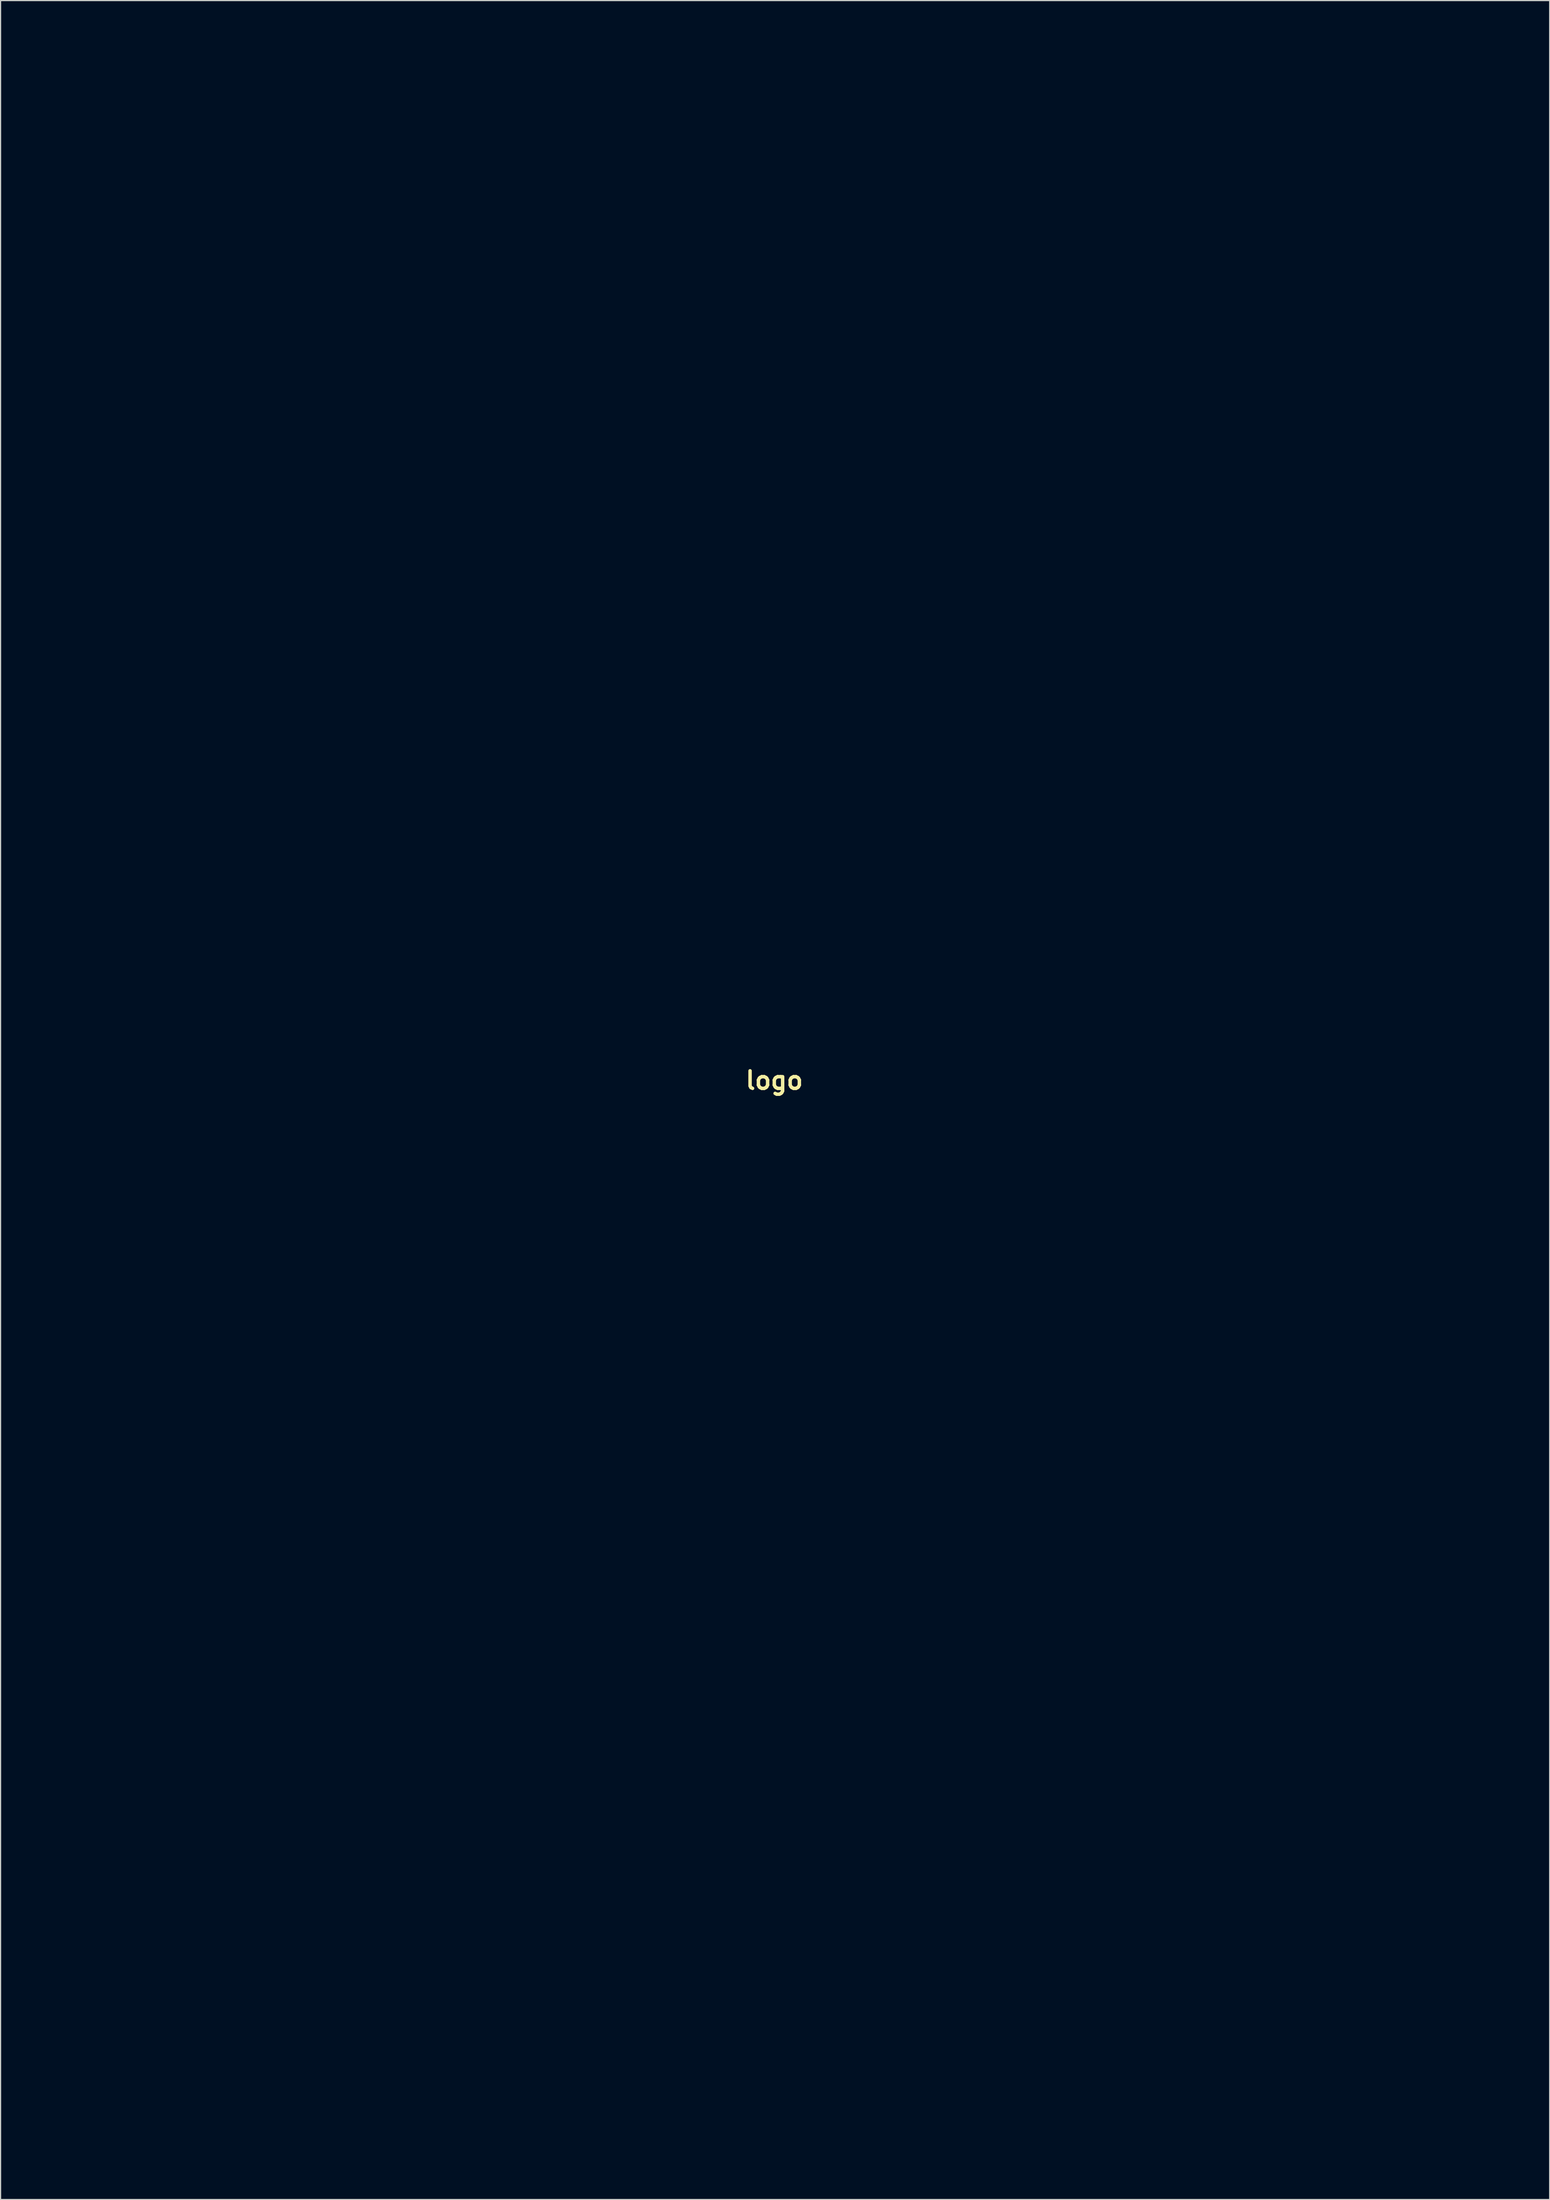
<source format=kicad_pcb>
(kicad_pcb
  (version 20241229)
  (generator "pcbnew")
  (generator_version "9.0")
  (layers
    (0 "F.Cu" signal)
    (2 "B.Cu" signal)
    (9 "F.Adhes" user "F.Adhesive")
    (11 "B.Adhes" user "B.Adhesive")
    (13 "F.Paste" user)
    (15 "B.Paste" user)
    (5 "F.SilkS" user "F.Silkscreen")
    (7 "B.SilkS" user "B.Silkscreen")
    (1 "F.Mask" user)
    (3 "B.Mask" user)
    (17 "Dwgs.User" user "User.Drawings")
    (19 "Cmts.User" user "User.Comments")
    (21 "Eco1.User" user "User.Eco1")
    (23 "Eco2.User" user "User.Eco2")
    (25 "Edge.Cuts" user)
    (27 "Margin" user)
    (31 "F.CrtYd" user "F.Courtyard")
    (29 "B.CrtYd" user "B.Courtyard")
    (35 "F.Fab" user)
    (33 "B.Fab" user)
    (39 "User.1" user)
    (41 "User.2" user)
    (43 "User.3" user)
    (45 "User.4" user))
  (footprint "logo"
    (layer "F.Cu")
    (at 64.211 90.785)
    (property "Reference" "logo" (at 0 0 0) (layer "F.SilkS") (effects (font (size 1.524 1.524) (thickness 0.3))))
    (attr through_hole)
    (fp_poly (pts (xy -61.031 64.382) (xy -61.207 64.558) (xy -61.383 64.382) (xy -61.207 64.206) (xy -61.031 64.382)) (stroke (width 0.01) (type solid)) (fill no) (layer "Eco2.User"))
    (fp_poly (pts (xy -60.678 58.385) (xy -60.854 58.561) (xy -61.031 58.385) (xy -60.854 58.208) (xy -60.678 58.385)) (stroke (width 0.01) (type solid)) (fill no) (layer "Eco2.User"))
    (fp_poly (pts (xy -57.503 -63.324) (xy -57.679 -63.147) (xy -57.856 -63.324) (xy -57.679 -63.5) (xy -57.503 -63.324)) (stroke (width 0.01) (type solid)) (fill no) (layer "Eco2.User"))
    (fp_poly (pts (xy -57.503 57.679) (xy -57.679 57.856) (xy -57.856 57.679) (xy -57.679 57.503) (xy -57.503 57.679)) (stroke (width 0.01) (type solid)) (fill no) (layer "Eco2.User"))
    (fp_poly (pts (xy -57.15 56.268) (xy -57.326 56.444) (xy -57.503 56.268) (xy -57.326 56.092) (xy -57.15 56.268)) (stroke (width 0.01) (type solid)) (fill no) (layer "Eco2.User"))
    (fp_poly (pts (xy -56.797 55.562) (xy -56.974 55.739) (xy -57.15 55.562) (xy -56.974 55.386) (xy -56.797 55.562)) (stroke (width 0.01) (type solid)) (fill no) (layer "Eco2.User"))
    (fp_poly (pts (xy -56.092 51.682) (xy -56.268 51.858) (xy -56.444 51.682) (xy -56.268 51.506) (xy -56.092 51.682)) (stroke (width 0.01) (type solid)) (fill no) (layer "Eco2.User"))
    (fp_poly (pts (xy -55.386 52.74) (xy -55.562 52.917) (xy -55.739 52.74) (xy -55.562 52.564) (xy -55.386 52.74)) (stroke (width 0.01) (type solid)) (fill no) (layer "Eco2.User"))
    (fp_poly (pts (xy -52.564 46.038) (xy -52.74 46.214) (xy -52.917 46.038) (xy -52.74 45.861) (xy -52.564 46.038)) (stroke (width 0.01) (type solid)) (fill no) (layer "Eco2.User"))
    (fp_poly (pts (xy -50.8 42.862) (xy -50.976 43.039) (xy -51.153 42.862) (xy -50.976 42.686) (xy -50.8 42.862)) (stroke (width 0.01) (type solid)) (fill no) (layer "Eco2.User"))
    (fp_poly (pts (xy -50.094 41.804) (xy -50.271 41.981) (xy -50.447 41.804) (xy -50.271 41.628) (xy -50.094 41.804)) (stroke (width 0.01) (type solid)) (fill no) (layer "Eco2.User"))
    (fp_poly (pts (xy -49.036 42.51) (xy -49.212 42.686) (xy -49.389 42.51) (xy -49.212 42.333) (xy -49.036 42.51)) (stroke (width 0.01) (type solid)) (fill no) (layer "Eco2.User"))
    (fp_poly (pts (xy -43.744 74.26) (xy -43.921 74.436) (xy -44.097 74.26) (xy -43.921 74.083) (xy -43.744 74.26)) (stroke (width 0.01) (type solid)) (fill no) (layer "Eco2.User"))
    (fp_poly (pts (xy -43.392 31.221) (xy -43.568 31.397) (xy -43.744 31.221) (xy -43.568 31.044) (xy -43.392 31.221)) (stroke (width 0.01) (type solid)) (fill no) (layer "Eco2.User"))
    (fp_poly (pts (xy -35.983 -83.432) (xy -36.16 -83.256) (xy -36.336 -83.432) (xy -36.16 -83.608) (xy -35.983 -83.432)) (stroke (width 0.01) (type solid)) (fill no) (layer "Eco2.User"))
    (fp_poly (pts (xy -34.925 -80.963) (xy -35.101 -80.786) (xy -35.278 -80.963) (xy -35.101 -81.139) (xy -34.925 -80.963)) (stroke (width 0.01) (type solid)) (fill no) (layer "Eco2.User"))
    (fp_poly (pts (xy -33.867 -80.963) (xy -34.043 -80.786) (xy -34.219 -80.963) (xy -34.043 -81.139) (xy -33.867 -80.963)) (stroke (width 0.01) (type solid)) (fill no) (layer "Eco2.User"))
    (fp_poly (pts (xy -33.867 72.849) (xy -34.043 73.025) (xy -34.219 72.849) (xy -34.043 72.672) (xy -33.867 72.849)) (stroke (width 0.01) (type solid)) (fill no) (layer "Eco2.User"))
    (fp_poly (pts (xy -32.808 71.438) (xy -32.985 71.614) (xy -33.161 71.438) (xy -32.985 71.261) (xy -32.808 71.438)) (stroke (width 0.01) (type solid)) (fill no) (layer "Eco2.User"))
    (fp_poly (pts (xy -22.931 -5.115) (xy -23.107 -4.939) (xy -23.283 -5.115) (xy -23.107 -5.292) (xy -22.931 -5.115)) (stroke (width 0.01) (type solid)) (fill no) (layer "Eco2.User"))
    (fp_poly (pts (xy -21.167 -65.44) (xy -21.343 -65.264) (xy -21.519 -65.44) (xy -21.343 -65.617) (xy -21.167 -65.44)) (stroke (width 0.01) (type solid)) (fill no) (layer "Eco2.User"))
    (fp_poly (pts (xy 25.047 -70.732) (xy 24.871 -70.556) (xy 24.694 -70.732) (xy 24.871 -70.908) (xy 25.047 -70.732)) (stroke (width 0.01) (type solid)) (fill no) (layer "Eco2.User"))
    (fp_poly (pts (xy 27.164 -70.379) (xy 26.988 -70.203) (xy 26.811 -70.379) (xy 26.988 -70.556) (xy 27.164 -70.379)) (stroke (width 0.01) (type solid)) (fill no) (layer "Eco2.User"))
    (fp_poly (pts (xy 27.869 -76.376) (xy 27.693 -76.2) (xy 27.517 -76.376) (xy 27.693 -76.553) (xy 27.869 -76.376)) (stroke (width 0.01) (type solid)) (fill no) (layer "Eco2.User"))
    (fp_poly (pts (xy 28.575 -76.729) (xy 28.399 -76.553) (xy 28.222 -76.729) (xy 28.399 -76.906) (xy 28.575 -76.729)) (stroke (width 0.01) (type solid)) (fill no) (layer "Eco2.User"))
    (fp_poly (pts (xy 30.692 62.265) (xy 30.515 62.442) (xy 30.339 62.265) (xy 30.515 62.089) (xy 30.692 62.265)) (stroke (width 0.01) (type solid)) (fill no) (layer "Eco2.User"))
    (fp_poly (pts (xy 45.156 -55.915) (xy 44.979 -55.739) (xy 44.803 -55.915) (xy 44.979 -56.092) (xy 45.156 -55.915)) (stroke (width 0.01) (type solid)) (fill no) (layer "Eco2.User"))
    (fp_poly (pts (xy 51.858 -65.44) (xy 51.682 -65.264) (xy 51.506 -65.44) (xy 51.682 -65.617) (xy 51.858 -65.44)) (stroke (width 0.01) (type solid)) (fill no) (layer "Eco2.User"))
    (fp_poly (pts (xy 53.269 -84.138) (xy 53.093 -83.961) (xy 52.917 -84.138) (xy 53.093 -84.314) (xy 53.269 -84.138)) (stroke (width 0.01) (type solid)) (fill no) (layer "Eco2.User"))
    (fp_poly (pts (xy -59.031 -66.91) (xy -58.989 -66.492) (xy -59.031 -66.44) (xy -59.241 -66.488) (xy -59.267 -66.675) (xy -59.138 -66.965) (xy -59.031 -66.91)) (stroke (width 0.01) (type solid)) (fill no) (layer "Eco2.User"))
    (fp_poly (pts (xy -50.212 -55.621) (xy -50.26 -55.412) (xy -50.447 -55.386) (xy -50.738 -55.515) (xy -50.682 -55.621) (xy -50.264 -55.664) (xy -50.212 -55.621)) (stroke (width 0.01) (type solid)) (fill no) (layer "Eco2.User"))
    (fp_poly (pts (xy -42.804 30.104) (xy -42.761 30.522) (xy -42.804 30.574) (xy -43.013 30.526) (xy -43.039 30.339) (xy -42.91 30.049) (xy -42.804 30.104)) (stroke (width 0.01) (type solid)) (fill no) (layer "Eco2.User"))
    (fp_poly (pts (xy -37.865 -84.549) (xy -37.913 -84.339) (xy -38.1 -84.314) (xy -38.39 -84.443) (xy -38.335 -84.549) (xy -37.917 -84.591) (xy -37.865 -84.549)) (stroke (width 0.01) (type solid)) (fill no) (layer "Eco2.User"))
    (fp_poly (pts (xy 11.524 -54.563) (xy 11.476 -54.353) (xy 11.289 -54.328) (xy 10.999 -54.457) (xy 11.054 -54.563) (xy 11.472 -54.605) (xy 11.524 -54.563)) (stroke (width 0.01) (type solid)) (fill no) (layer "Eco2.User"))
    (fp_poly (pts (xy 28.832 -77.471) (xy 28.727 -77.311) (xy 28.369 -77.286) (xy 27.993 -77.372) (xy 28.156 -77.499) (xy 28.707 -77.541) (xy 28.832 -77.471)) (stroke (width 0.01) (type solid)) (fill no) (layer "Eco2.User"))
    (fp_poly (pts (xy -60.129 58.797) (xy -60.19 59.072) (xy -60.475 59.569) (xy -60.659 59.485) (xy -60.678 59.287) (xy -60.422 58.809) (xy -60.329 58.74) (xy -60.129 58.797)) (stroke (width 0.01) (type solid)) (fill no) (layer "Eco2.User"))
    (fp_poly (pts (xy -58.365 55.622) (xy -58.427 55.897) (xy -58.711 56.394) (xy -58.895 56.31) (xy -58.914 56.112) (xy -58.658 55.634) (xy -58.565 55.565) (xy -58.365 55.622)) (stroke (width 0.01) (type solid)) (fill no) (layer "Eco2.User"))
    (fp_poly (pts (xy -54.791 51.381) (xy -54.857 51.506) (xy -55.189 51.842) (xy -55.251 51.858) (xy -55.275 51.63) (xy -55.21 51.506) (xy -54.877 51.169) (xy -54.815 51.153) (xy -54.791 51.381)) (stroke (width 0.01) (type solid)) (fill no) (layer "Eco2.User"))
    (fp_poly (pts (xy -53.622 49.263) (xy -53.824 49.78) (xy -54.171 50.292) (xy -54.536 50.725) (xy -54.536 50.607) (xy -54.299 50.094) (xy -53.878 49.271) (xy -53.67 49.041) (xy -53.622 49.263)) (stroke (width 0.01) (type solid)) (fill no) (layer "Eco2.User"))
    (fp_poly (pts (xy -42.566 32.013) (xy -42.558 32.025) (xy -42.609 32.505) (xy -42.866 32.812) (xy -43.287 33.037) (xy -43.386 32.94) (xy -43.219 32.361) (xy -42.876 31.975) (xy -42.566 32.013)) (stroke (width 0.01) (type solid)) (fill no) (layer "Eco2.User"))
    (fp_poly (pts (xy 37.989 -81.264) (xy 37.924 -81.139) (xy 37.591 -80.802) (xy 37.529 -80.786) (xy 37.505 -81.014) (xy 37.571 -81.139) (xy 37.903 -81.476) (xy 37.965 -81.492) (xy 37.989 -81.264)) (stroke (width 0.01) (type solid)) (fill no) (layer "Eco2.User"))
    (fp_poly (pts (xy -47.092 36.689) (xy -47.606 37.344) (xy -47.882 37.712) (xy -47.886 37.718) (xy -47.974 37.604) (xy -47.978 37.508) (xy -47.733 37.043) (xy -47.184 36.479) (xy -46.39 35.807) (xy -47.092 36.689)) (stroke (width 0.01) (type solid)) (fill no) (layer "Eco2.User"))
    (fp_poly (pts (xy -39.17 -86.604) (xy -38.949 -86.226) (xy -39.207 -85.871) (xy -39.457 -85.824) (xy -39.385 -85.997) (xy -39.462 -86.381) (xy -39.771 -86.539) (xy -40.188 -86.674) (xy -39.926 -86.733) (xy -39.797 -86.742) (xy -39.17 -86.604)) (stroke (width 0.01) (type solid)) (fill no) (layer "Eco2.User"))
    (fp_poly (pts (xy -21.269 -7.937) (xy -21.428 -7.729) (xy -21.687 -7.174) (xy -21.634 -6.935) (xy -21.571 -6.71) (xy -21.616 -6.703) (xy -21.979 -6.95) (xy -22.024 -7.016) (xy -21.939 -7.448) (xy -21.604 -7.809) (xy -21.19 -8.11) (xy -21.269 -7.937)) (stroke (width 0.01) (type solid)) (fill no) (layer "Eco2.User"))
    (fp_poly (pts (xy 31.633 -78.013) (xy 31.682 -77.283) (xy 31.682 -77.283) (xy 31.557 -76.602) (xy 31.365 -76.396) (xy 31.361 -76.399) (xy 31.066 -76.255) (xy 30.764 -75.741) (xy 30.625 -75.171) (xy 30.636 -75.053) (xy 30.402 -74.822) (xy 30.142 -74.789) (xy 29.758 -74.644) (xy 29.773 -74.495) (xy 29.673 -74.232) (xy 29.481 -74.201) (xy 29.113 -74.478) (xy 29.089 -74.759) (xy 29.398 -75.249) (xy 29.628 -75.318) (xy 29.985 -75.615) (xy 30.177 -76.304) (xy 30.174 -77.088) (xy 29.944 -77.665) (xy 29.882 -77.719) (xy 29.784 -77.902) (xy 30.251 -77.851) (xy 30.861 -77.833) (xy 31.044 -77.997) (xy 31.315 -78.307) (xy 31.403 -78.317) (xy 31.633 -78.013)) (stroke (width 0.01) (type solid)) (fill no) (layer "Eco2.User"))
    (fp_poly (pts (xy -52.343 39.614) (xy -52.44 39.964) (xy -52.834 40.752) (xy -53.442 41.82) (xy -53.562 42.019) (xy -54.452 43.571) (xy -55.396 45.35) (xy -56.082 46.743) (xy -56.675 47.999) (xy -57.482 49.684) (xy -58.403 51.594) (xy -59.342 53.525) (xy -59.511 53.872) (xy -60.609 56.231) (xy -61.313 58.017) (xy -61.627 59.242) (xy -61.554 59.917) (xy -61.097 60.054) (xy -61.084 60.052) (xy -60.8 60.163) (xy -60.852 60.322) (xy -61.261 60.543) (xy -61.386 60.5) (xy -61.782 60.602) (xy -62.056 60.935) (xy -62.333 61.331) (xy -62.422 61.088) (xy -62.431 60.783) (xy -62.317 59.501) (xy -61.998 57.989) (xy -61.552 56.54) (xy -61.058 55.446) (xy -60.962 55.298) (xy -60.488 54.518) (xy -59.865 53.341) (xy -59.158 51.912) (xy -58.436 50.379) (xy -57.766 48.888) (xy -57.216 47.585) (xy -56.851 46.616) (xy -56.741 46.127) (xy -56.741 46.126) (xy -56.523 45.877) (xy -56.386 45.861) (xy -56.141 45.727) (xy -56.193 45.642) (xy -56.131 45.257) (xy -55.755 44.466) (xy -55.193 43.519) (xy -54.563 42.492) (xy -54.122 41.698) (xy -53.975 41.335) (xy -53.77 40.912) (xy -53.297 40.333) (xy -52.766 39.821) (xy -52.389 39.598) (xy -52.343 39.614)) (stroke (width 0.01) (type solid)) (fill no) (layer "Eco2.User"))
    (fp_poly (pts (xy 10.485 -53.708) (xy 10.861 -53.445) (xy 11.054 -53.504) (xy 11.152 -53.458) (xy 10.83 -53.019) (xy 10.793 -52.977) (xy 10.245 -52.419) (xy 9.941 -52.22) (xy 9.99 -52.418) (xy 10.264 -52.781) (xy 10.539 -53.2) (xy 10.248 -53.253) (xy 10.043 -53.217) (xy 9.455 -52.797) (xy 9.349 -52.349) (xy 9.147 -51.518) (xy 8.667 -50.83) (xy 8.099 -50.539) (xy 8.008 -50.547) (xy 7.64 -50.345) (xy 7.601 -50.17) (xy 7.33 -49.564) (xy 7.215 -49.464) (xy 6.702 -48.962) (xy 6.151 -48.215) (xy 5.706 -47.453) (xy 5.51 -46.904) (xy 5.537 -46.791) (xy 5.492 -46.584) (xy 5.35 -46.567) (xy 4.962 -46.361) (xy 4.939 -46.261) (xy 4.76 -45.883) (xy 4.295 -45.092) (xy 3.653 -44.058) (xy 2.943 -42.952) (xy 2.274 -41.944) (xy 1.755 -41.205) (xy 1.552 -40.952) (xy 1.422 -41.079) (xy 1.411 -41.234) (xy 1.614 -41.99) (xy 2.105 -42.956) (xy 2.707 -43.809) (xy 2.971 -44.075) (xy 3.35 -44.554) (xy 3.36 -44.789) (xy 3.455 -45.205) (xy 3.872 -45.77) (xy 4.308 -46.34) (xy 4.386 -46.649) (xy 4.497 -46.968) (xy 4.937 -47.447) (xy 5.466 -48.064) (xy 5.644 -48.495) (xy 5.867 -49.016) (xy 6.405 -49.72) (xy 6.438 -49.757) (xy 6.959 -50.404) (xy 7.158 -50.829) (xy 7.155 -50.848) (xy 7.326 -51.238) (xy 7.616 -51.531) (xy 8 -51.758) (xy 8.046 -51.653) (xy 8.197 -51.342) (xy 8.29 -51.329) (xy 8.571 -51.617) (xy 8.602 -51.93) (xy 8.771 -52.501) (xy 9.224 -53.124) (xy 9.783 -53.629) (xy 10.27 -53.847) (xy 10.485 -53.708)) (stroke (width 0.01) (type solid)) (fill no) (layer "Eco2.User"))
    (fp_poly (pts (xy -62.131 -90.555) (xy -61.855 -90.44) (xy -60.877 -90.039) (xy -60.109 -89.794) (xy -59.972 -89.769) (xy -59.389 -89.665) (xy -59.267 -89.623) (xy -58.817 -89.521) (xy -58.208 -89.437) (xy -57.395 -89.344) (xy -56.17 -89.201) (xy -55.033 -89.066) (xy -53.746 -88.92) (xy -52.679 -88.813) (xy -52.123 -88.771) (xy -51.598 -88.613) (xy -51.506 -88.456) (xy -51.236 -88.237) (xy -51.065 -88.246) (xy -50.541 -88.254) (xy -49.49 -88.209) (xy -48.087 -88.12) (xy -47.138 -88.048) (xy -45.352 -87.873) (xy -44.056 -87.648) (xy -43.037 -87.322) (xy -42.079 -86.841) (xy -41.966 -86.775) (xy -41.003 -86.269) (xy -40.29 -86.008) (xy -40.042 -86.017) (xy -39.866 -86.006) (xy -39.876 -85.901) (xy -39.89 -85.077) (xy -39.58 -84.678) (xy -39.49 -84.667) (xy -39.295 -84.889) (xy -39.368 -85.074) (xy -39.41 -85.315) (xy -39.207 -85.226) (xy -38.936 -84.826) (xy -38.972 -84.682) (xy -38.912 -84.26) (xy -38.492 -83.889) (xy -38.031 -83.821) (xy -37.95 -83.876) (xy -37.781 -83.896) (xy -37.806 -83.785) (xy -37.663 -83.363) (xy -37.571 -83.319) (xy -36.962 -82.965) (xy -36.414 -82.425) (xy -36.152 -81.941) (xy -36.171 -81.826) (xy -36.041 -81.447) (xy -35.496 -80.885) (xy -35.392 -80.801) (xy -34.431 -80.271) (xy -33.408 -80.28) (xy -33.368 -80.289) (xy -32.664 -80.411) (xy -32.531 -80.284) (xy -32.77 -79.95) (xy -33.02 -79.458) (xy -32.648 -79.299) (xy -32.442 -79.308) (xy -32.14 -79.058) (xy -31.646 -78.419) (xy -31.56 -78.293) (xy -30.964 -77.598) (xy -30.421 -77.264) (xy -30.368 -77.259) (xy -30.037 -77.149) (xy -30.075 -77.052) (xy -30.05 -76.669) (xy -29.675 -76.152) (xy -29.186 -75.759) (xy -28.856 -75.715) (xy -28.607 -75.687) (xy -28.608 -75.609) (xy -28.616 -74.877) (xy -28.38 -74.568) (xy -28.222 -74.612) (xy -27.898 -74.568) (xy -27.869 -74.427) (xy -27.683 -73.967) (xy -27.185 -73.097) (xy -26.465 -71.951) (xy -25.612 -70.659) (xy -24.716 -69.355) (xy -23.868 -68.168) (xy -23.158 -67.233) (xy -22.674 -66.679) (xy -22.526 -66.587) (xy -22.265 -66.463) (xy -22.267 -66.41) (xy -22.207 -65.631) (xy -21.681 -64.819) (xy -21.506 -64.625) (xy -21.072 -64.089) (xy -21.011 -63.853) (xy -21.019 -63.853) (xy -20.948 -63.609) (xy -20.521 -62.98) (xy -20.033 -62.353) (xy -19.352 -61.462) (xy -18.411 -60.158) (xy -17.338 -58.622) (xy -16.312 -57.111) (xy -15.177 -55.501) (xy -13.982 -53.95) (xy -12.876 -52.643) (xy -12.069 -51.82) (xy -10.941 -50.67) (xy -9.879 -49.349) (xy -9.328 -48.507) (xy -8.515 -47.108) (xy -7.541 -45.489) (xy -6.472 -43.753) (xy -5.375 -42.005) (xy -4.315 -40.347) (xy -3.36 -38.883) (xy -2.574 -37.716) (xy -2.024 -36.951) (xy -1.78 -36.689) (xy -1.291 -36.97) (xy -0.806 -37.611) (xy -0.572 -38.229) (xy -0.324 -38.847) (xy 0.163 -39.612) (xy 0.704 -40.27) (xy 1.116 -40.569) (xy 1.131 -40.569) (xy 1.259 -40.296) (xy 1.195 -39.952) (xy 1.249 -39.792) (xy 1.62 -40.135) (xy 1.804 -40.359) (xy 2.597 -41.262) (xy 3.575 -42.24) (xy 3.832 -42.476) (xy 4.712 -43.296) (xy 5.444 -44.038) (xy 5.616 -44.231) (xy 6.114 -44.818) (xy 6.91 -45.75) (xy 7.842 -46.838) (xy 7.951 -46.965) (xy 9.008 -48.304) (xy 10.027 -49.773) (xy 10.744 -50.977) (xy 11.319 -51.991) (xy 11.8 -52.693) (xy 12.053 -52.917) (xy 12.235 -53.23) (xy 12.339 -54.016) (xy 12.347 -54.365) (xy 12.474 -55.496) (xy 12.936 -56.252) (xy 13.202 -56.486) (xy 13.914 -57.336) (xy 14.288 -58.213) (xy 14.55 -58.952) (xy 14.86 -59.267) (xy 14.866 -59.267) (xy 15.05 -59.049) (xy 14.993 -58.914) (xy 14.94 -58.594) (xy 15.259 -58.616) (xy 15.729 -58.934) (xy 15.875 -59.09) (xy 16.131 -59.673) (xy 15.901 -60.117) (xy 15.688 -60.642) (xy 15.858 -60.844) (xy 16.198 -60.881) (xy 16.229 -60.787) (xy 16.386 -60.872) (xy 16.777 -61.425) (xy 16.969 -61.736) (xy 17.631 -62.733) (xy 18.296 -63.578) (xy 18.388 -63.676) (xy 19.234 -64.707) (xy 20.126 -66.022) (xy 20.876 -67.328) (xy 21.24 -68.146) (xy 21.761 -69.049) (xy 22.437 -69.3) (xy 22.963 -69.079) (xy 23.22 -68.847) (xy 22.864 -68.919) (xy 22.803 -68.939) (xy 22.33 -68.981) (xy 22.347 -68.629) (xy 22.252 -68.047) (xy 21.949 -67.769) (xy 21.572 -67.388) (xy 21.611 -67.171) (xy 21.607 -66.748) (xy 21.289 -66.263) (xy 20.911 -65.763) (xy 21.062 -65.65) (xy 21.778 -65.912) (xy 21.986 -66.005) (xy 22.557 -66.486) (xy 23.261 -67.378) (xy 23.988 -68.494) (xy 24.628 -69.65) (xy 25.07 -70.659) (xy 25.204 -71.335) (xy 25.187 -71.407) (xy 25.325 -71.857) (xy 25.733 -72.064) (xy 26.358 -72.382) (xy 26.356 -72.73) (xy 25.734 -72.929) (xy 25.047 -72.721) (xy 24.784 -72.387) (xy 24.303 -71.346) (xy 23.737 -70.44) (xy 23.211 -69.842) (xy 22.858 -69.718) (xy 22.72 -70.05) (xy 22.829 -70.159) (xy 23.157 -70.583) (xy 23.641 -71.427) (xy 23.956 -72.053) (xy 24.479 -73.048) (xy 24.941 -73.761) (xy 25.132 -73.959) (xy 25.344 -73.967) (xy 25.28 -73.822) (xy 25.344 -73.403) (xy 25.578 -73.249) (xy 25.995 -73.319) (xy 26.108 -73.738) (xy 25.852 -74.192) (xy 25.781 -74.242) (xy 25.716 -74.641) (xy 25.93 -75.359) (xy 26.313 -76.128) (xy 26.75 -76.682) (xy 26.833 -76.743) (xy 27.118 -76.723) (xy 27.145 -76.299) (xy 26.947 -75.71) (xy 26.635 -75.268) (xy 26.231 -74.722) (xy 26.113 -74.293) (xy 26.319 -74.191) (xy 26.454 -74.257) (xy 26.657 -74.201) (xy 26.599 -73.942) (xy 26.512 -73.214) (xy 26.839 -72.949) (xy 27.409 -73.26) (xy 27.501 -73.36) (xy 28.027 -73.894) (xy 28.321 -74.083) (xy 28.412 -73.799) (xy 28.348 -73.175) (xy 28.207 -72.672) (xy 28.173 -72.253) (xy 27.914 -71.967) (xy 27.489 -71.782) (xy 26.788 -71.224) (xy 26.21 -70.123) (xy 25.935 -69.144) (xy 25.558 -67.967) (xy 24.933 -66.701) (xy 24.151 -65.462) (xy 23.302 -64.362) (xy 22.477 -63.517) (xy 21.767 -63.039) (xy 21.261 -63.042) (xy 21.166 -63.149) (xy 20.866 -63.317) (xy 20.491 -62.849) (xy 20.458 -62.789) (xy 20.203 -62.225) (xy 20.357 -62.122) (xy 20.596 -62.201) (xy 21.076 -62.247) (xy 21.167 -62.121) (xy 20.944 -61.679) (xy 20.479 -61.288) (xy 20.075 -61.192) (xy 20.039 -61.218) (xy 19.824 -61.027) (xy 19.472 -60.343) (xy 19.224 -59.741) (xy 18.648 -58.443) (xy 17.965 -57.182) (xy 17.742 -56.832) (xy 17.103 -55.905) (xy 16.784 -55.507) (xy 16.714 -55.579) (xy 16.822 -56.057) (xy 16.839 -56.637) (xy 16.663 -56.797) (xy 16.294 -56.502) (xy 16.083 -55.837) (xy 16.102 -55.132) (xy 16.237 -54.846) (xy 16.317 -54.238) (xy 16.057 -53.77) (xy 15.601 -53.043) (xy 15.679 -52.705) (xy 16.228 -52.661) (xy 16.802 -52.845) (xy 16.933 -53.048) (xy 17.134 -53.481) (xy 17.67 -54.328) (xy 18.438 -55.449) (xy 19.338 -56.703) (xy 20.266 -57.951) (xy 21.122 -59.051) (xy 21.804 -59.864) (xy 22.08 -60.149) (xy 22.721 -60.908) (xy 23.396 -61.963) (xy 23.6 -62.344) (xy 24.329 -63.585) (xy 25.201 -64.796) (xy 25.403 -65.037) (xy 26.224 -66.146) (xy 26.916 -67.363) (xy 27.024 -67.605) (xy 27.52 -68.635) (xy 28.035 -69.462) (xy 28.136 -69.585) (xy 28.439 -70.054) (xy 28.365 -70.208) (xy 28.289 -70.357) (xy 28.422 -70.473) (xy 28.817 -70.892) (xy 29.439 -71.699) (xy 29.938 -72.408) (xy 30.642 -73.321) (xy 31.271 -73.929) (xy 31.589 -74.083) (xy 32.054 -74.323) (xy 32.853 -74.96) (xy 33.84 -75.877) (xy 34.218 -76.255) (xy 35.345 -77.477) (xy 36.015 -78.393) (xy 36.318 -79.142) (xy 36.361 -79.518) (xy 36.467 -80.548) (xy 36.658 -81.305) (xy 36.865 -81.726) (xy 37.005 -81.542) (xy 37.111 -81.053) (xy 37.163 -80.328) (xy 37.041 -80.005) (xy 36.823 -79.626) (xy 36.593 -78.81) (xy 36.541 -78.546) (xy 36.291 -77.189) (xy 37.813 -77.436) (xy 40.072 -78.059) (xy 41.971 -79.183) (xy 42.788 -79.901) (xy 44.359 -81.083) (xy 46.282 -82.027) (xy 48.245 -82.595) (xy 49.059 -82.691) (xy 50.216 -82.882) (xy 51.037 -83.418) (xy 51.381 -83.805) (xy 52.216 -84.843) (xy 52.125 -83.555) (xy 52.009 -82.761) (xy 51.834 -82.412) (xy 51.788 -82.418) (xy 51.464 -82.276) (xy 51.084 -81.728) (xy 50.796 -81.043) (xy 50.74 -80.527) (xy 50.574 -80.243) (xy 50.338 -80.28) (xy 49.837 -80.12) (xy 49.301 -79.345) (xy 49.281 -79.304) (xy 49.027 -78.511) (xy 49.079 -78.004) (xy 49.364 -77.922) (xy 49.777 -78.362) (xy 50.038 -78.622) (xy 50.089 -78.527) (xy 50.308 -78.473) (xy 50.712 -78.749) (xy 51.76 -79.482) (xy 52.984 -80.082) (xy 54.078 -80.409) (xy 54.357 -80.433) (xy 55.201 -80.621) (xy 56.156 -81.085) (xy 56.988 -81.679) (xy 57.464 -82.254) (xy 57.503 -82.423) (xy 57.67 -82.774) (xy 57.831 -82.741) (xy 58.284 -82.786) (xy 58.383 -82.9) (xy 59.052 -83.505) (xy 60.146 -84.047) (xy 61.438 -84.463) (xy 62.701 -84.687) (xy 63.707 -84.655) (xy 64.068 -84.506) (xy 64.337 -84.229) (xy 64.351 -83.857) (xy 64.06 -83.244) (xy 63.416 -82.242) (xy 63.198 -81.919) (xy 62.488 -80.836) (xy 61.968 -79.973) (xy 61.739 -79.498) (xy 61.736 -79.475) (xy 61.555 -79.048) (xy 61.083 -78.226) (xy 60.501 -77.308) (xy 59.861 -76.301) (xy 59.413 -75.535) (xy 59.263 -75.199) (xy 59.011 -74.85) (xy 58.388 -74.28) (xy 58.205 -74.132) (xy 57.512 -73.42) (xy 57.161 -72.737) (xy 57.15 -72.633) (xy 56.918 -72.083) (xy 56.621 -71.967) (xy 56.152 -71.725) (xy 56.092 -71.516) (xy 55.852 -70.941) (xy 55.474 -70.501) (xy 54.828 -69.84) (xy 54.054 -68.954) (xy 53.296 -68.021) (xy 52.697 -67.217) (xy 52.399 -66.72) (xy 52.388 -66.67) (xy 52.142 -66.281) (xy 51.548 -65.704) (xy 51.506 -65.668) (xy 50.996 -65.174) (xy 50.907 -64.928) (xy 50.936 -64.923) (xy 50.908 -64.731) (xy 50.437 -64.275) (xy 50.315 -64.177) (xy 49.74 -63.597) (xy 49.569 -63.151) (xy 49.584 -63.116) (xy 49.493 -62.737) (xy 49.235 -62.578) (xy 48.753 -62.166) (xy 48.683 -61.926) (xy 48.467 -61.392) (xy 47.932 -60.632) (xy 47.791 -60.465) (xy 47.018 -59.56) (xy 46.546 -58.926) (xy 46.203 -58.308) (xy 45.95 -57.757) (xy 45.471 -56.987) (xy 44.982 -56.573) (xy 44.528 -56.09) (xy 44.45 -55.726) (xy 44.214 -54.919) (xy 43.997 -54.618) (xy 43.515 -54.046) (xy 42.904 -53.232) (xy 42.316 -52.391) (xy 41.903 -51.737) (xy 41.8 -51.506) (xy 41.586 -51.147) (xy 41.075 -50.512) (xy 41.018 -50.447) (xy 40.48 -49.773) (xy 40.222 -49.328) (xy 40.219 -49.311) (xy 39.986 -48.916) (xy 39.427 -48.224) (xy 39.147 -47.909) (xy 38.504 -47.109) (xy 38.135 -46.464) (xy 38.1 -46.312) (xy 37.915 -45.895) (xy 37.803 -45.861) (xy 37.463 -45.58) (xy 36.983 -44.879) (xy 36.841 -44.626) (xy 36.364 -43.845) (xy 35.997 -43.418) (xy 35.932 -43.392) (xy 35.612 -43.12) (xy 35.106 -42.44) (xy 34.924 -42.155) (xy 34.369 -41.439) (xy 33.897 -41.131) (xy 33.782 -41.151) (xy 33.572 -41.161) (xy 33.649 -40.99) (xy 33.604 -40.486) (xy 33.174 -39.877) (xy 32.656 -39.304) (xy 32.456 -38.982) (xy 32.456 -38.478) (xy 32.23 -37.993) (xy 31.881 -37.575) (xy 31.508 -37.053) (xy 30.902 -36.038) (xy 30.143 -34.671) (xy 29.311 -33.091) (xy 29.201 -32.876) (xy 28.377 -31.286) (xy 27.633 -29.895) (xy 27.043 -28.839) (xy 26.683 -28.258) (xy 26.655 -28.222) (xy 26.254 -27.606) (xy 25.72 -26.62) (xy 25.414 -25.999) (xy 24.938 -25.094) (xy 24.563 -24.564) (xy 24.418 -24.501) (xy 24.017 -24.474) (xy 23.4 -24.158) (xy 22.805 -23.856) (xy 22.555 -23.893) (xy 22.432 -23.831) (xy 22.216 -23.377) (xy 21.784 -22.816) (xy 21.402 -22.78) (xy 20.781 -22.711) (xy 20.355 -22.422) (xy 19.791 -21.98) (xy 19.506 -21.872) (xy 19.102 -21.612) (xy 18.687 -21.112) (xy 18.026 -20.301) (xy 17.34 -19.613) (xy 16.506 -18.757) (xy 15.828 -17.92) (xy 15.145 -16.966) (xy 16.172 -15.098) (xy 16.767 -14.047) (xy 17.613 -12.59) (xy 18.595 -10.927) (xy 19.537 -9.352) (xy 20.539 -7.624) (xy 21.493 -5.86) (xy 22.286 -4.276) (xy 22.77 -3.179) (xy 23.327 -1.951) (xy 24.085 -0.56) (xy 24.954 0.867) (xy 25.848 2.198) (xy 26.679 3.304) (xy 27.36 4.055) (xy 27.802 4.32) (xy 27.821 4.318) (xy 28.604 4.436) (xy 29.536 4.94) (xy 30.344 5.648) (xy 30.707 6.213) (xy 30.975 7.294) (xy 31.044 8.055) (xy 31.242 8.942) (xy 31.735 10) (xy 31.936 10.321) (xy 32.36 11.04) (xy 33.01 12.255) (xy 33.815 13.823) (xy 34.704 15.599) (xy 35.606 17.439) (xy 36.449 19.199) (xy 37.163 20.737) (xy 37.678 21.907) (xy 37.788 22.18) (xy 37.908 23.121) (xy 37.728 23.483) (xy 37.669 24.076) (xy 38.035 25.107) (xy 38.782 26.484) (xy 39.867 28.116) (xy 40.072 28.399) (xy 40.627 29.267) (xy 41.319 30.501) (xy 41.958 31.754) (xy 42.624 32.949) (xy 43.607 34.485) (xy 44.771 36.16) (xy 45.931 37.707) (xy 47.264 39.458) (xy 48.2 40.862) (xy 48.808 42.099) (xy 49.16 43.352) (xy 49.325 44.801) (xy 49.374 46.617) (xy 49.339 47.979) (xy 49.194 48.775) (xy 48.913 49.139) (xy 48.854 49.166) (xy 48.333 49.629) (xy 47.981 50.262) (xy 47.612 50.92) (xy 47.281 51.153) (xy 47.006 51.454) (xy 46.919 52.009) (xy 46.689 52.652) (xy 46.135 53.24) (xy 45.465 53.636) (xy 44.886 53.703) (xy 44.653 53.498) (xy 44.59 53.594) (xy 44.596 54.211) (xy 44.658 55.172) (xy 44.761 56.297) (xy 44.891 57.408) (xy 45.03 58.3) (xy 45.257 58.932) (xy 45.537 59.073) (xy 45.804 59.184) (xy 45.863 59.51) (xy 46.024 60.273) (xy 46.387 61.148) (xy 46.86 62.258) (xy 47.354 63.732) (xy 47.76 65.237) (xy 47.844 65.617) (xy 47.953 66.163) (xy 48.167 67.237) (xy 48.453 68.674) (xy 48.721 70.026) (xy 49.047 71.596) (xy 49.345 72.894) (xy 49.58 73.773) (xy 49.704 74.083) (xy 49.92 74.542) (xy 50.006 74.965) (xy 50.121 75.656) (xy 50.339 76.792) (xy 50.613 78.128) (xy 50.615 78.14) (xy 51.083 80.584) (xy 51.388 82.691) (xy 51.524 84.376) (xy 51.484 85.553) (xy 51.263 86.133) (xy 50.962 86.714) (xy 50.806 87.662) (xy 50.8 87.885) (xy 50.75 88.775) (xy 50.509 89.163) (xy 49.941 89.253) (xy 49.88 89.253) (xy 49.23 89.358) (xy 49.148 89.733) (xy 49.175 89.81) (xy 49.275 90.504) (xy 49.242 91.507) (xy 49.107 92.594) (xy 48.905 93.538) (xy 48.666 94.112) (xy 48.547 94.189) (xy 48.127 93.911) (xy 47.59 93.226) (xy 47.477 93.043) (xy 46.784 91.798) (xy 46.088 90.426) (xy 45.472 89.106) (xy 45.018 88.014) (xy 44.808 87.33) (xy 44.803 87.265) (xy 44.645 86.676) (xy 44.242 85.732) (xy 43.921 85.094) (xy 43.422 84.087) (xy 43.102 83.309) (xy 43.039 83.044) (xy 42.885 82.558) (xy 42.478 81.638) (xy 41.901 80.469) (xy 41.809 80.291) (xy 41.227 79.128) (xy 40.812 78.211) (xy 40.643 77.713) (xy 40.645 77.684) (xy 40.582 77.052) (xy 40.234 76.19) (xy 39.714 75.278) (xy 39.137 74.494) (xy 38.619 74.019) (xy 38.297 74.004) (xy 38.211 73.933) (xy 38.318 73.574) (xy 38.396 73.114) (xy 38.248 73.088) (xy 37.774 73.003) (xy 37.235 72.478) (xy 36.827 71.73) (xy 36.745 71.422) (xy 36.41 70.553) (xy 36.171 70.203) (xy 35.801 69.65) (xy 35.227 68.656) (xy 34.558 67.412) (xy 34.389 67.086) (xy 33.715 65.862) (xy 33.098 64.898) (xy 32.646 64.359) (xy 32.562 64.306) (xy 32.22 63.882) (xy 32.248 63.631) (xy 32.15 63.217) (xy 31.857 63.147) (xy 31.472 63.044) (xy 31.5 62.927) (xy 31.4 62.579) (xy 30.901 61.937) (xy 30.494 61.516) (xy 29.841 60.832) (xy 29.523 60.396) (xy 29.539 60.314) (xy 29.511 60.165) (xy 29.185 59.94) (xy 28.755 59.528) (xy 28.74 59.285) (xy 28.662 58.874) (xy 28.263 58.441) (xy 27.869 58.305) (xy 27.462 58.178) (xy 26.988 57.933) (xy 26.578 57.62) (xy 26.635 57.508) (xy 26.632 57.366) (xy 26.138 57.057) (xy 25.447 56.421) (xy 25.16 55.76) (xy 24.963 54.932) (xy 24.643 54.743) (xy 24.079 55.128) (xy 24.051 55.153) (xy 23.293 55.661) (xy 22.714 55.553) (xy 22.2 54.794) (xy 22.062 54.483) (xy 21.557 53.578) (xy 20.738 52.419) (xy 19.795 51.272) (xy 18.688 49.866) (xy 17.595 48.214) (xy 16.905 46.972) (xy 15.844 45.184) (xy 14.397 43.277) (xy 13.394 42.157) (xy 12.159 40.806) (xy 10.935 39.368) (xy 9.932 38.091) (xy 9.684 37.747) (xy 8.338 35.793) (xy 6.882 33.657) (xy 5.372 31.422) (xy 3.863 29.171) (xy 2.409 26.986) (xy 1.067 24.951) (xy -0.11 23.149) (xy -1.067 21.662) (xy -1.748 20.573) (xy -2.099 19.966) (xy -2.127 19.904) (xy -2.567 19.305) (xy -3.132 19.37) (xy -3.759 20.081) (xy -3.919 20.361) (xy -4.21 21.057) (xy -4.083 21.38) (xy -3.969 21.43) (xy -3.567 21.864) (xy -3.528 22.086) (xy -3.688 22.756) (xy -4.104 23.832) (xy -4.678 25.107) (xy -5.312 26.376) (xy -5.91 27.432) (xy -6.348 28.043) (xy -6.934 28.853) (xy -7.499 29.909) (xy -7.573 30.079) (xy -8.002 30.908) (xy -8.399 31.366) (xy -8.492 31.397) (xy -8.708 31.609) (xy -8.663 31.718) (xy -8.825 32.072) (xy -9.419 32.77) (xy -10.343 33.698) (xy -11.074 34.373) (xy -12.393 35.606) (xy -13.242 36.551) (xy -13.724 37.336) (xy -13.919 37.965) (xy -14.217 38.929) (xy -14.806 40.357) (xy -15.614 42.11) (xy -16.568 44.047) (xy -17.596 46.029) (xy -18.626 47.915) (xy -19.585 49.565) (xy -20.401 50.84) (xy -20.912 51.506) (xy -22.154 53.065) (xy -23.511 55.092) (xy -24.868 57.387) (xy -26.114 59.75) (xy -27.133 61.981) (xy -27.663 63.392) (xy -28.129 64.601) (xy -28.647 65.646) (xy -28.903 66.038) (xy -29.424 66.809) (xy -30.079 67.918) (xy -30.5 68.693) (xy -31.133 69.787) (xy -31.702 70.398) (xy -32.394 70.701) (xy -32.692 70.766) (xy -33.568 71.052) (xy -34.09 71.448) (xy -34.117 71.502) (xy -34.538 71.85) (xy -34.789 71.824) (xy -35.303 71.949) (xy -35.654 72.363) (xy -36.017 72.85) (xy -36.225 72.901) (xy -36.562 72.987) (xy -37.094 73.462) (xy -37.643 74.12) (xy -38.025 74.755) (xy -38.1 75.038) (xy -38.266 75.375) (xy -38.414 75.342) (xy -38.795 75.477) (xy -39.39 76.042) (xy -39.666 76.38) (xy -40.294 77.129) (xy -40.77 77.566) (xy -40.877 77.611) (xy -40.982 77.286) (xy -41.034 76.415) (xy -41.025 75.159) (xy -41 74.524) (xy -40.943 73.063) (xy -40.953 72.207) (xy -41.043 71.857) (xy -41.226 71.915) (xy -41.328 72.029) (xy -41.957 72.486) (xy -42.952 72.909) (xy -43.303 73.013) (xy -44.296 73.385) (xy -44.78 73.812) (xy -44.803 73.921) (xy -44.946 74.34) (xy -45.067 74.366) (xy -45.91 74.494) (xy -46.99 75.224) (xy -48.206 76.464) (xy -49.157 77.568) (xy -50.077 78.634) (xy -50.566 79.199) (xy -51.483 80.257) (xy -51.494 76.636) (xy -51.537 74.988) (xy -51.645 73.605) (xy -51.8 72.658) (xy -51.902 72.381) (xy -52.099 71.741) (xy -51.866 70.925) (xy -51.725 70.639) (xy -51.335 69.642) (xy -51.177 68.751) (xy -51.178 68.721) (xy -51.219 68.164) (xy -51.356 68.28) (xy -51.506 68.615) (xy -51.738 69.071) (xy -51.823 68.887) (xy -51.834 68.703) (xy -52.114 68.199) (xy -52.8 68.126) (xy -53.746 68.476) (xy -54.342 68.858) (xy -55.025 69.416) (xy -55.374 69.807) (xy -55.386 69.848) (xy -55.614 70.222) (xy -56.188 70.91) (xy -56.949 71.739) (xy -57.734 72.54) (xy -58.383 73.143) (xy -58.73 73.378) (xy -58.854 73.065) (xy -58.811 72.235) (xy -58.617 71.057) (xy -58.444 70.291) (xy -58.353 69.679) (xy -58.413 69.497) (xy -58.716 69.734) (xy -59.376 70.361) (xy -60.265 71.258) (xy -60.524 71.526) (xy -62.47 73.554) (xy -62.252 71.261) (xy -61.821 68.577) (xy -61.006 66.057) (xy -60.193 64.283) (xy -59.642 63.047) (xy -59.212 61.833) (xy -59.094 61.383) (xy -58.77 60.367) (xy -58.337 59.585) (xy -58.311 59.553) (xy -57.987 58.938) (xy -58.018 58.583) (xy -58.023 58.242) (xy -57.899 58.208) (xy -57.533 57.927) (xy -57.006 57.212) (xy -56.732 56.756) (xy -56.207 55.657) (xy -56.131 55.042) (xy -56.508 54.939) (xy -56.573 54.959) (xy -56.539 54.804) (xy -56.105 54.297) (xy -55.78 53.961) (xy -55.106 53.196) (xy -54.718 52.578) (xy -54.681 52.429) (xy -54.503 51.906) (xy -54.046 51.029) (xy -53.65 50.371) (xy -53.115 49.442) (xy -52.826 48.766) (xy -52.818 48.546) (xy -52.722 48.279) (xy -52.44 48.126) (xy -52.028 47.817) (xy -52.025 47.641) (xy -51.931 47.224) (xy -51.515 46.658) (xy -51.096 46.07) (xy -51.056 45.722) (xy -51.001 45.525) (xy -50.859 45.508) (xy -50.486 45.227) (xy -50.447 45.022) (xy -50.198 44.403) (xy -49.922 44.1) (xy -49.573 43.604) (xy -49.59 43.352) (xy -49.521 43.058) (xy -49.401 43.039) (xy -49.006 42.746) (xy -48.683 42.157) (xy -48.295 41.502) (xy -47.928 41.275) (xy -47.678 41.14) (xy -47.732 41.05) (xy -47.687 40.636) (xy -47.254 39.85) (xy -46.526 38.836) (xy -45.607 37.751) (xy -45.053 37.018) (xy -44.804 36.433) (xy -44.803 36.407) (xy -44.607 36.112) (xy -44.45 36.16) (xy -44.188 36.049) (xy -44.065 35.593) (xy -44.157 35.19) (xy -44.055 34.853) (xy -43.766 34.26) (xy -43.36 33.722) (xy -43.051 33.848) (xy -42.756 33.872) (xy -42.339 33.229) (xy -42.2 32.925) (xy -41.612 31.693) (xy -40.959 30.486) (xy -40.895 30.377) (xy -40.504 29.542) (xy -40.432 28.961) (xy -40.478 28.878) (xy -40.777 28.966) (xy -41.135 29.573) (xy -41.215 29.776) (xy -41.64 30.631) (xy -42.11 31.148) (xy -42.169 31.177) (xy -42.482 31.234) (xy -42.382 30.924) (xy -42.141 30.54) (xy -41.815 29.873) (xy -41.993 29.571) (xy -42.01 29.565) (xy -42.181 29.288) (xy -41.856 28.853) (xy -41.391 28.251) (xy -40.75 27.253) (xy -40.156 26.223) (xy -39.503 25.089) (xy -38.918 24.167) (xy -38.561 23.696) (xy -38.287 23.115) (xy -38.353 22.814) (xy -38.531 22.119) (xy -38.527 22.049) (xy -37.042 22.049) (xy -36.865 22.225) (xy -36.689 22.049) (xy -36.865 21.872) (xy -37.042 22.049) (xy -38.527 22.049) (xy -38.515 21.815) (xy -38.604 21.197) (xy -38.755 21.021) (xy -39.161 21.183) (xy -39.88 21.975) (xy -40.91 23.396) (xy -42.25 25.444) (xy -43.427 27.34) (xy -44.41 28.888) (xy -45.553 30.592) (xy -46.785 32.356) (xy -48.034 34.082) (xy -49.227 35.674) (xy -50.293 37.035) (xy -51.158 38.067) (xy -51.752 38.674) (xy -51.959 38.794) (xy -52.106 38.635) (xy -51.823 38.353) (xy -51.352 37.867) (xy -51.249 37.628) (xy -51.047 37.225) (xy -50.515 36.402) (xy -49.756 35.297) (xy -48.869 34.049) (xy -47.955 32.798) (xy -47.114 31.683) (xy -46.447 30.844) (xy -46.054 30.418) (xy -46.034 30.403) (xy -45.674 29.978) (xy -45.138 29.122) (xy -44.671 28.268) (xy -44.094 27.185) (xy -43.607 26.334) (xy -43.371 25.975) (xy -42.444 24.721) (xy -41.43 23.18) (xy -40.429 21.52) (xy -39.94 20.637) (xy -36.689 20.637) (xy -36.513 20.814) (xy -36.336 20.637) (xy -36.513 20.461) (xy -36.689 20.637) (xy -39.94 20.637) (xy -39.536 19.91) (xy -39.264 19.359) (xy -35.892 19.359) (xy -35.633 19.19) (xy -35.587 19.144) (xy -35.308 18.682) (xy -35.346 18.511) (xy -35.608 18.617) (xy -35.784 18.947) (xy -35.892 19.359) (xy -39.264 19.359) (xy -38.849 18.518) (xy -38.466 17.513) (xy -38.446 17.434) (xy -38.128 16.313) (xy -37.759 15.431) (xy -37.593 15.175) (xy -37.508 15.04) (xy -33.49 15.04) (xy -33.218 15.169) (xy -32.877 14.883) (xy -32.483 14.206) (xy -32.202 13.554) (xy -32.28 13.477) (xy -32.779 13.908) (xy -33.37 14.58) (xy -33.49 15.04) (xy -37.508 15.04) (xy -37.121 14.416) (xy -36.856 13.76) (xy -36.476 12.949) (xy -36.121 12.525) (xy -35.768 12.04) (xy -35.651 11.818) (xy -33.867 11.818) (xy -33.69 11.994) (xy -33.514 11.818) (xy -33.69 11.642) (xy -33.867 11.818) (xy -35.651 11.818) (xy -35.319 11.188) (xy -33.487 11.188) (xy -33.36 11.163) (xy -33.032 10.76) (xy -32.633 10.004) (xy -30.339 10.004) (xy -30.27 10.226) (xy -30.03 9.905) (xy -29.662 9.172) (xy -29.396 8.586) (xy -29.471 8.589) (xy -29.79 8.975) (xy -30.214 9.631) (xy -30.339 10.004) (xy -32.633 10.004) (xy -32.596 9.933) (xy -32.478 9.349) (xy -32.529 8.895) (xy -32.733 9.098) (xy -32.776 9.172) (xy -33.109 9.923) (xy -33.331 10.583) (xy -33.487 11.188) (xy -35.319 11.188) (xy -35.267 11.09) (xy -34.719 9.867) (xy -34.651 9.701) (xy -33.947 8.165) (xy -32.293 8.165) (xy -32.244 8.311) (xy -31.788 8.056) (xy -31.163 7.483) (xy -30.931 7.073) (xy -30.68 6.276) (xy -30.527 5.821) (xy -30.281 5.115) (xy -30.866 5.821) (xy -31.473 6.673) (xy -31.969 7.509) (xy -32.293 8.165) (xy -33.947 8.165) (xy -33.929 8.126) (xy -32.997 6.356) (xy -32.055 4.769) (xy -32.041 4.748) (xy -31.73 4.233) (xy -29.281 4.233) (xy -29.151 4.524) (xy -29.045 4.469) (xy -29.003 4.05) (xy -29.045 3.998) (xy -29.255 4.047) (xy -29.281 4.233) (xy -31.73 4.233) (xy -31.169 3.305) (xy -31.109 3.175) (xy -29.281 3.175) (xy -29.151 3.465) (xy -29.045 3.41) (xy -29.003 2.992) (xy -29.045 2.94) (xy -29.255 2.988) (xy -29.281 3.175) (xy -31.109 3.175) (xy -30.702 2.281) (xy -28.575 2.281) (xy -28.568 2.439) (xy -28.497 2.457) (xy -28.288 2.251) (xy -27.868 1.734) (xy -27.163 0.824) (xy -26.151 -0.496) (xy -25.269 -1.707) (xy -24.611 -2.728) (xy -24.259 -3.424) (xy -24.233 -3.637) (xy -24.23 -3.832) (xy -24.103 -3.775) (xy -23.727 -3.915) (xy -23.123 -4.489) (xy -22.423 -5.327) (xy -21.764 -6.257) (xy -21.279 -7.108) (xy -21.112 -7.585) (xy -20.794 -8.415) (xy -20.549 -8.756) (xy -20.174 -9.369) (xy -20.122 -9.638) (xy -20.329 -9.634) (xy -20.848 -9.183) (xy -21.334 -8.653) (xy -22.029 -7.764) (xy -22.276 -7.191) (xy -22.141 -6.768) (xy -22.115 -6.734) (xy -21.89 -6.369) (xy -22.222 -6.416) (xy -22.302 -6.445) (xy -22.925 -6.455) (xy -23.15 -6.28) (xy -23.176 -6.055) (xy -22.985 -6.14) (xy -22.639 -6.106) (xy -22.578 -5.821) (xy -22.726 -5.427) (xy -22.891 -5.443) (xy -23.331 -5.395) (xy -23.709 -4.976) (xy -23.777 -4.496) (xy -23.721 -4.409) (xy -23.703 -4.275) (xy -23.858 -4.347) (xy -24.168 -4.151) (xy -24.756 -3.497) (xy -25.522 -2.523) (xy -26.368 -1.368) (xy -27.195 -0.17) (xy -27.904 0.931) (xy -28.397 1.797) (xy -28.575 2.281) (xy -30.702 2.281) (xy -30.643 2.15) (xy -30.363 1.026) (xy -30.267 0.192) (xy -30.084 -1.153) (xy -29.762 -2.007) (xy -29.296 -2.528) (xy -28.825 -2.983) (xy -28.793 -3.186) (xy -28.801 -3.187) (xy -28.782 -3.384) (xy -28.326 -3.846) (xy -28.271 -3.892) (xy -27.784 -4.37) (xy -27.724 -4.596) (xy -27.742 -4.598) (xy -27.73 -4.794) (xy -27.279 -5.249) (xy -27.267 -5.26) (xy -26.771 -5.781) (xy -26.684 -6.105) (xy -26.579 -6.41) (xy -26.14 -6.763) (xy -25.569 -7.289) (xy -25.4 -7.687) (xy -25.106 -8.123) (xy -24.389 -8.571) (xy -24.297 -8.612) (xy -23.614 -9) (xy -23.568 -9.303) (xy -23.606 -9.33) (xy -23.668 -9.723) (xy -23.17 -10.497) (xy -22.745 -10.992) (xy -22.174 -11.631) (xy -21.84 -12.134) (xy -21.774 -12.633) (xy -22.01 -13.259) (xy -22.578 -14.144) (xy -23.512 -15.421) (xy -23.981 -16.051) (xy -25.036 -17.484) (xy -26.379 -19.326) (xy -27.908 -21.436) (xy -29.52 -23.67) (xy -31.112 -25.886) (xy -32.582 -27.942) (xy -33.827 -29.696) (xy -34.65 -30.868) (xy -35.663 -32.41) (xy -36.848 -34.353) (xy -38.129 -36.559) (xy -39.43 -38.887) (xy -40.673 -41.196) (xy -41.783 -43.349) (xy -42.684 -45.204) (xy -43.298 -46.622) (xy -43.361 -46.79) (xy -43.933 -48.109) (xy -44.675 -49.251) (xy -45.753 -50.453) (xy -46.418 -51.1) (xy -47.436 -52.121) (xy -48.216 -53.015) (xy -48.64 -53.638) (xy -48.683 -53.782) (xy -48.962 -54.573) (xy -49.648 -55.411) (xy -50.515 -56.032) (xy -50.658 -56.095) (xy -51.288 -56.594) (xy -51.896 -57.452) (xy -51.995 -57.645) (xy -52.467 -58.424) (xy -52.906 -58.811) (xy -53.003 -58.821) (xy -53.377 -59.026) (xy -53.438 -59.267) (xy -53.736 -59.668) (xy -54.071 -59.692) (xy -54.615 -59.854) (xy -54.746 -60.563) (xy -54.719 -60.776) (xy -54.955 -61.122) (xy -55.206 -61.255) (xy -55.677 -61.698) (xy -55.739 -61.95) (xy -55.974 -62.341) (xy -56.164 -62.353) (xy -56.566 -62.528) (xy -56.605 -62.678) (xy -56.828 -63.222) (xy -57.326 -63.921) (xy -57.88 -64.749) (xy -58.151 -65.448) (xy -58.35 -66.12) (xy -58.759 -67.227) (xy -59.293 -68.561) (xy -59.867 -69.916) (xy -60.396 -71.085) (xy -60.754 -71.79) (xy -61.063 -72.773) (xy -61.208 -74.143) (xy -61.184 -75.603) (xy -60.988 -76.853) (xy -60.814 -77.329) (xy -60.368 -78.642) (xy -60.508 -79.656) (xy -60.845 -80.073) (xy -61.293 -80.725) (xy -61.579 -81.644) (xy -61.656 -82.554) (xy -61.477 -83.176) (xy -61.392 -83.25) (xy -61.157 -83.575) (xy -61.346 -83.761) (xy -61.632 -84.259) (xy -61.736 -84.997) (xy -61.914 -85.886) (xy -62.265 -86.431) (xy -62.715 -87.063) (xy -62.794 -87.414) (xy -62.907 -87.77) (xy -63.024 -87.729) (xy -63.308 -87.834) (xy -63.691 -88.362) (xy -64.036 -89.073) (xy -64.204 -89.725) (xy -64.206 -89.779) (xy -63.945 -90.513) (xy -63.224 -90.78) (xy -62.131 -90.555)) (stroke (width 0.01) (type solid)) (fill no) (layer "Eco2.User")))
  (gr_rect
    (start -3 -3)
    (end 131.566 187.979)
    (stroke (width 0.1) (type default))
    (fill no)
    (layer "Edge.Cuts")))
</source>
